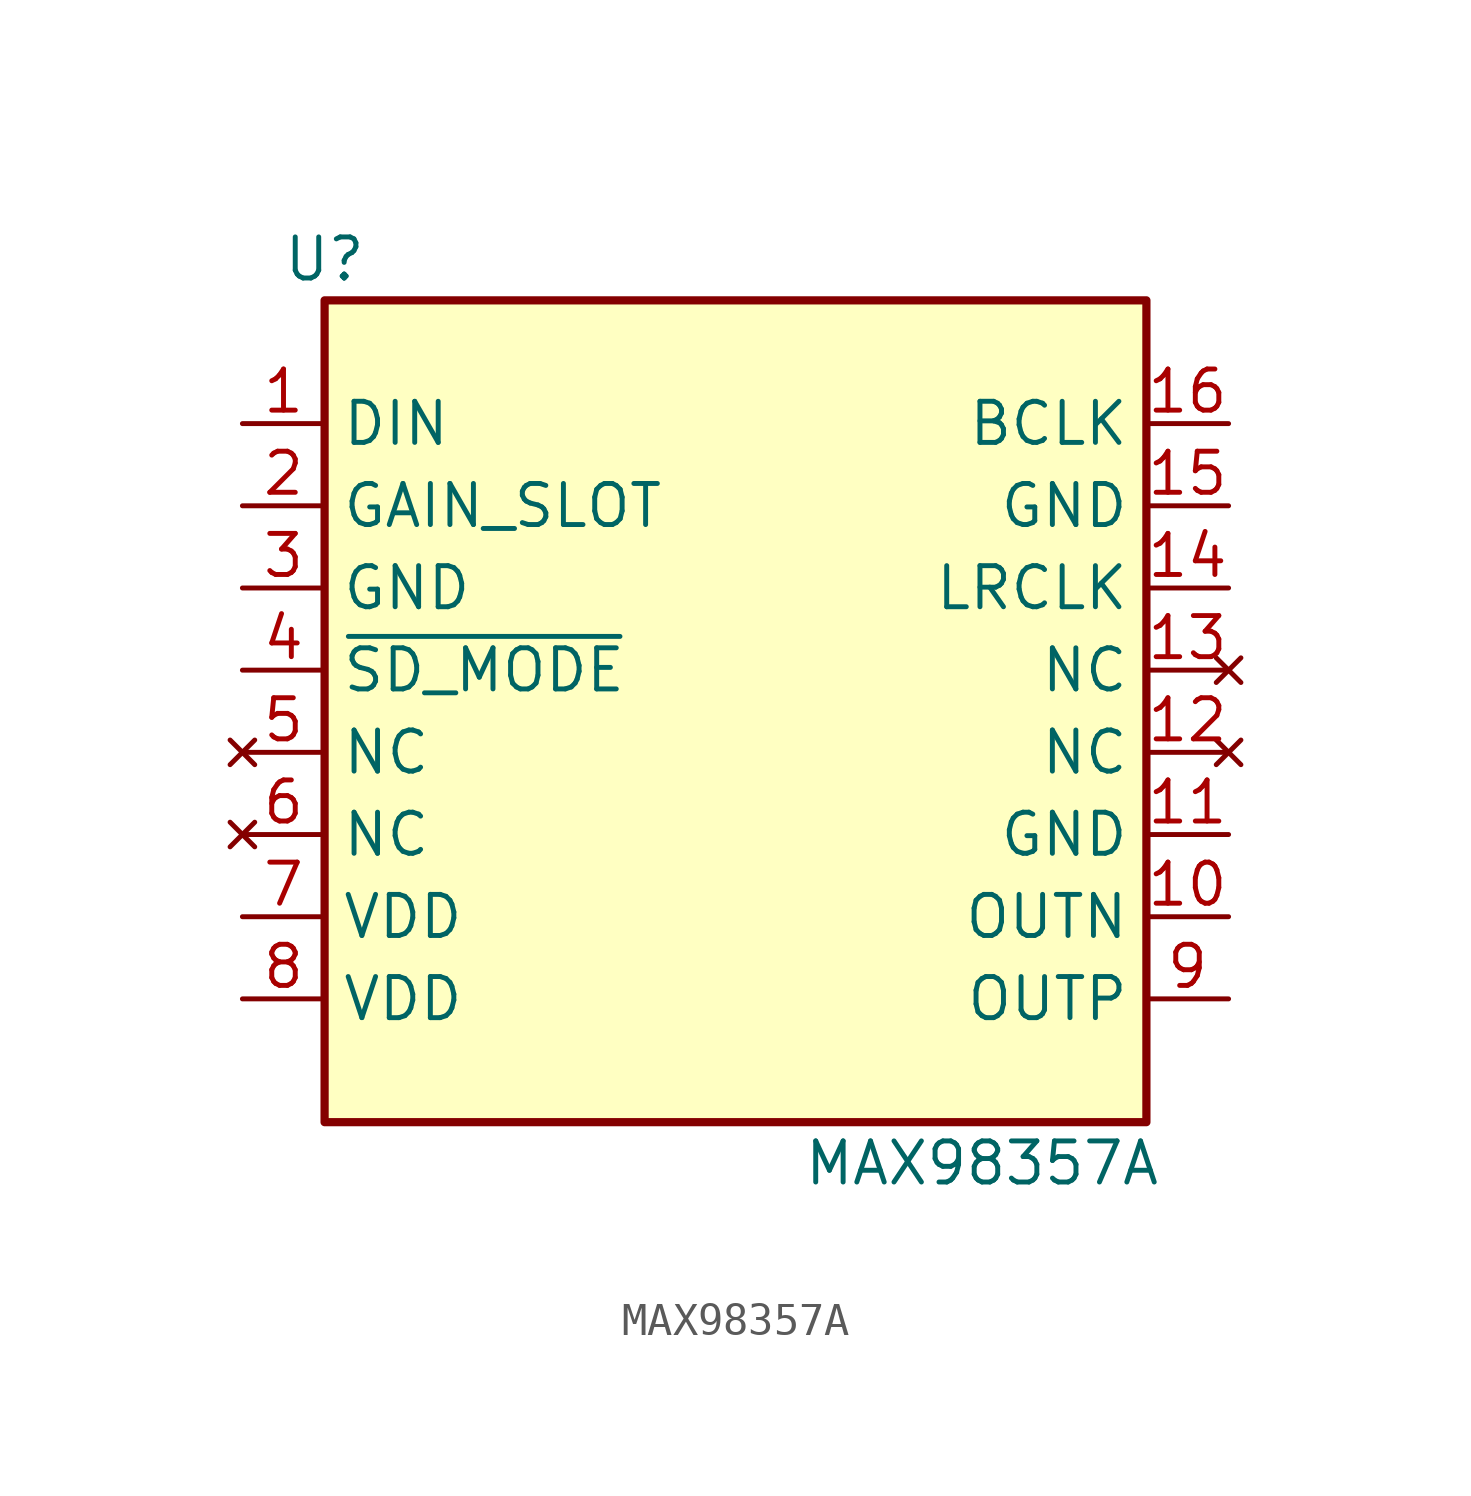
<source format=kicad_sym>
(kicad_symbol_lib
  (version 20220914)
  (generator kicad_symbol_editor)
  (symbol "MAX98357A"
    (property "Reference" "U"
      (at -12.7 13.97 0)
      (effects (font (size 1.27 1.27))))
    (property "Value" "MAX98357A"
      (at 7.62 -13.97 0)
      (effects (font (size 1.27 1.27))))
    (symbol "MAX98357A_0_1"
      (rectangle (start -12.7 12.7) (end 12.7 -12.7) (stroke (width 0.254) (type default)) (fill (type background))))
    (symbol "MAX98357A_1_1"
      (pin input line (at -15.24 8.89 0) (length 2.54) (name "DIN" (effects (font (size 1.27 1.27)))) (number "1" (effects (font (size 1.27 1.27)))))
      (pin output line (at 15.24 -6.35 180) (length 2.54) (name "OUTN" (effects (font (size 1.27 1.27)))) (number "10" (effects (font (size 1.27 1.27)))))
      (pin power_in line (at 15.24 -3.81 180) (length 2.54) (name "GND" (effects (font (size 1.27 1.27)))) (number "11" (effects (font (size 1.27 1.27)))))
      (pin no_connect line (at 15.24 -1.27 180) (length 2.54) (name "NC" (effects (font (size 1.27 1.27)))) (number "12" (effects (font (size 1.27 1.27)))))
      (pin no_connect line (at 15.24 1.27 180) (length 2.54) (name "NC" (effects (font (size 1.27 1.27)))) (number "13" (effects (font (size 1.27 1.27)))))
      (pin input line (at 15.24 3.81 180) (length 2.54) (name "LRCLK" (effects (font (size 1.27 1.27)))) (number "14" (effects (font (size 1.27 1.27)))))
      (pin power_in line (at 15.24 6.35 180) (length 2.54) (name "GND" (effects (font (size 1.27 1.27)))) (number "15" (effects (font (size 1.27 1.27)))))
      (pin input line (at 15.24 8.89 180) (length 2.54) (name "BCLK" (effects (font (size 1.27 1.27)))) (number "16" (effects (font (size 1.27 1.27)))))
      (pin input line (at -15.24 6.35 0) (length 2.54) (name "GAIN_SLOT" (effects (font (size 1.27 1.27)))) (number "2" (effects (font (size 1.27 1.27)))))
      (pin power_in line (at -15.24 3.81 0) (length 2.54) (name "GND" (effects (font (size 1.27 1.27)))) (number "3" (effects (font (size 1.27 1.27)))))
      (pin input line (at -15.24 1.27 0) (length 2.54) (name "~{SD_MODE}" (effects (font (size 1.27 1.27)))) (number "4" (effects (font (size 1.27 1.27)))))
      (pin no_connect line (at -15.24 -1.27 0) (length 2.54) (name "NC" (effects (font (size 1.27 1.27)))) (number "5" (effects (font (size 1.27 1.27)))))
      (pin no_connect line (at -15.24 -3.81 0) (length 2.54) (name "NC" (effects (font (size 1.27 1.27)))) (number "6" (effects (font (size 1.27 1.27)))))
      (pin power_in line (at -15.24 -6.35 0) (length 2.54) (name "VDD" (effects (font (size 1.27 1.27)))) (number "7" (effects (font (size 1.27 1.27)))))
      (pin power_in line (at -15.24 -8.89 0) (length 2.54) (name "VDD" (effects (font (size 1.27 1.27)))) (number "8" (effects (font (size 1.27 1.27)))))
      (pin output line (at 15.24 -8.89 180) (length 2.54) (name "OUTP" (effects (font (size 1.27 1.27)))) (number "9" (effects (font (size 1.27 1.27))))))))
</source>
